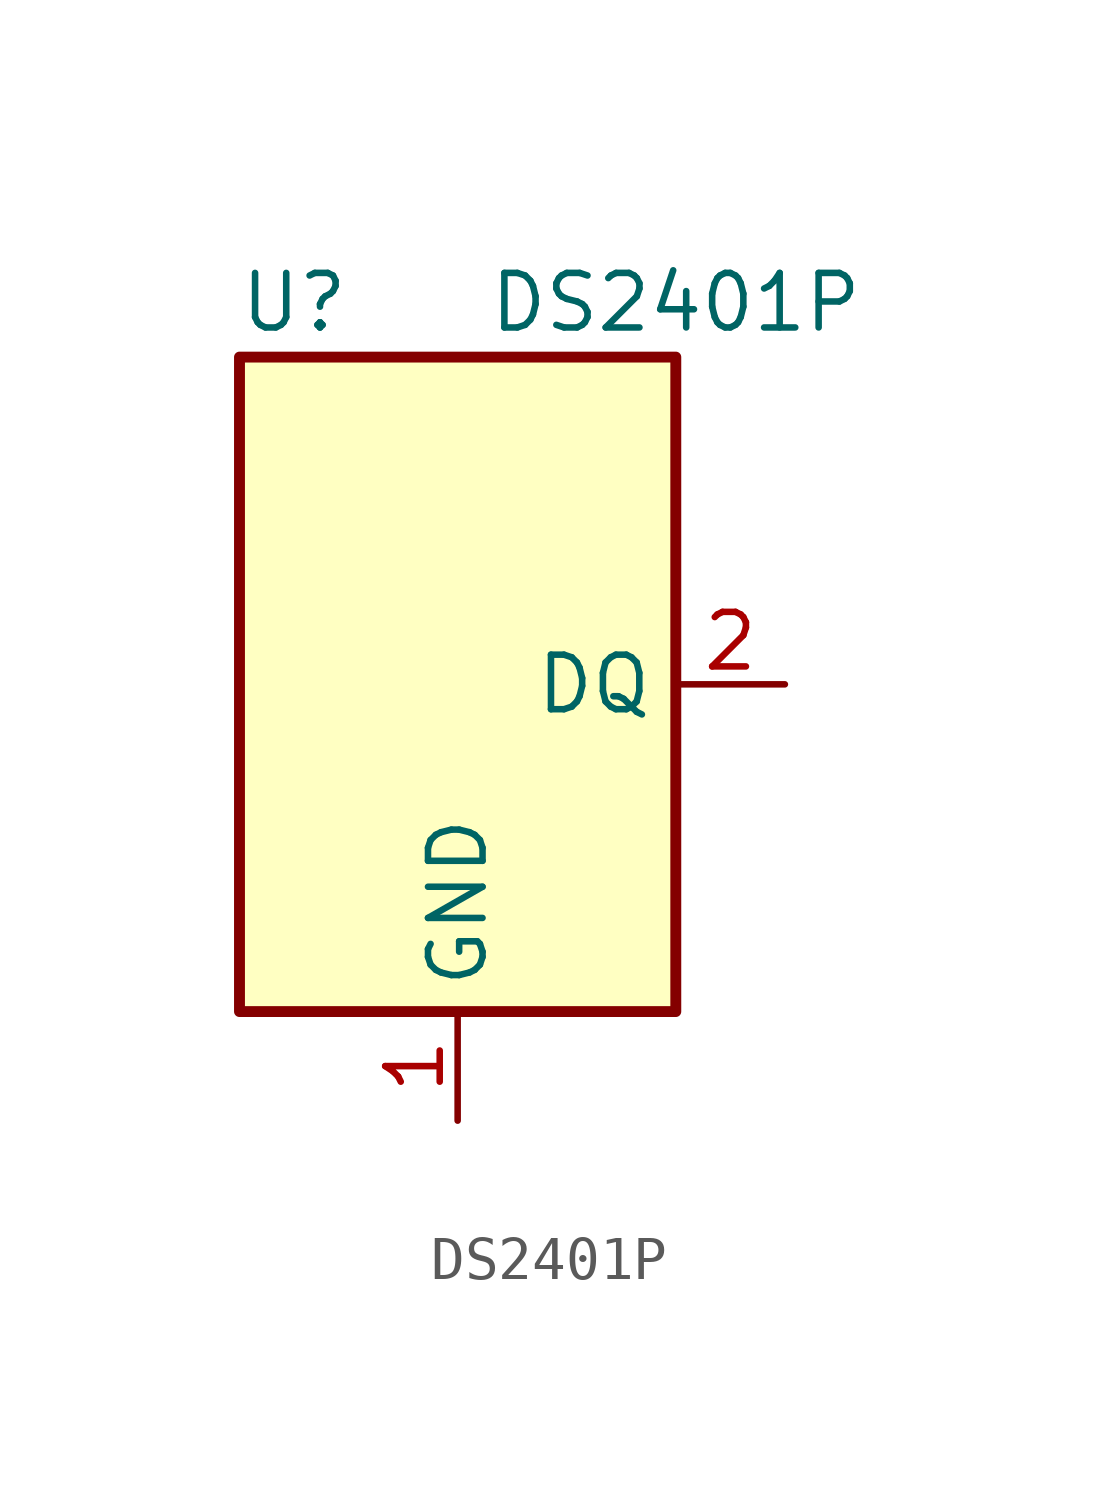
<source format=kicad_sym>
(kicad_symbol_lib
  (version 20201005)
  (generator kicad_symbol_editor)
  (symbol "DS2401P"
    (property "Reference" "U"
      (at -3.81 8.89 0)
      (effects (font (size 1.27 1.27))))
    (property "Value" "DS2401P"
      (at 5.08 8.89 0)
      (effects (font (size 1.27 1.27))))
    (symbol "DS2401P_0_1"
      (rectangle (start 5.08 -7.62) (end -5.08 7.62) (stroke (width 0.254)) (fill (type background))))
    (symbol "DS2401P_1_1"
      (pin power_in line (at 0 -10.16 90) (length 2.54) (name "GND" (effects (font (size 1.27 1.27)))) (number "1" (effects (font (size 1.27 1.27)))))
      (pin bidirectional line (at 7.62 0 180) (length 2.54) (name "DQ" (effects (font (size 1.27 1.27)))) (number "2" (effects (font (size 1.27 1.27)))))
      (pin no_connect line (at -5.08 5.08 0) (length 2.54) hide (name "NC" (effects (font (size 1.27 1.27)))) (number "3" (effects (font (size 1.27 1.27)))))
      (pin no_connect line (at -5.08 2.54 0) (length 2.54) hide (name "NC" (effects (font (size 1.27 1.27)))) (number "4" (effects (font (size 1.27 1.27)))))
      (pin no_connect line (at -5.08 -2.54 0) (length 2.54) hide (name "NC" (effects (font (size 1.27 1.27)))) (number "5" (effects (font (size 1.27 1.27)))))
      (pin no_connect line (at -5.08 -5.08 0) (length 2.54) hide (name "NC" (effects (font (size 1.27 1.27)))) (number "6" (effects (font (size 1.27 1.27))))))))
</source>
